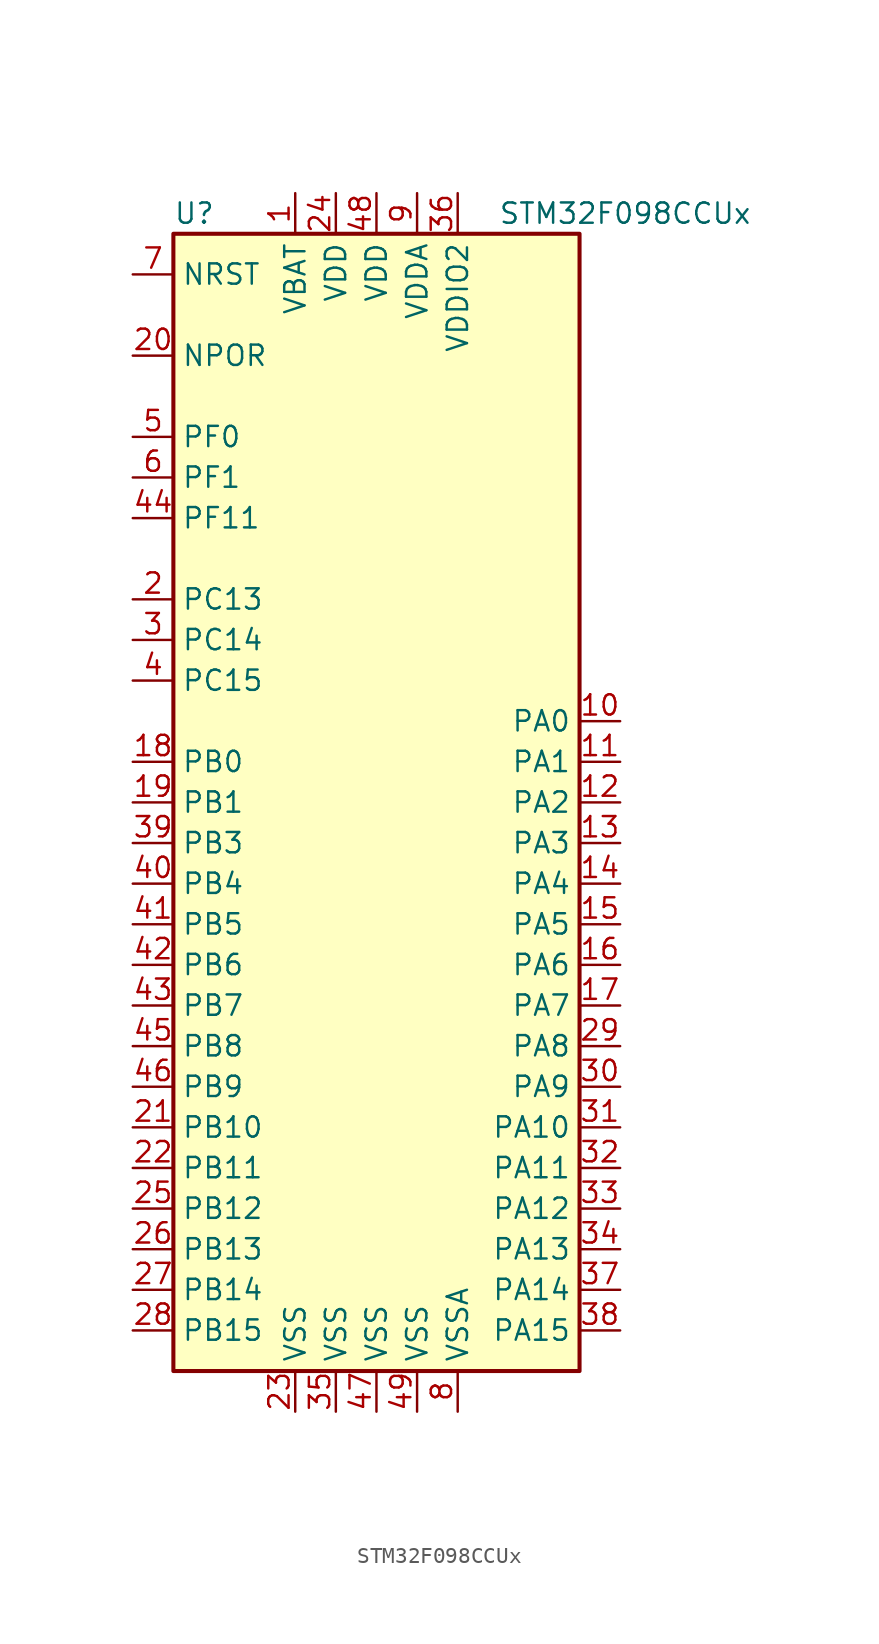
<source format=kicad_sym>
(kicad_symbol_lib
  (version 20201005)
  (generator kicad_symbol_editor)
  (symbol "STM32F098CCUx"
    (property "Reference" "U"
      (at -12.7 36.83 0)
      (effects (font (size 1.27 1.27)) (justify left)))
    (property "Value" "STM32F098CCUx"
      (at 7.62 36.83 0)
      (effects (font (size 1.27 1.27)) (justify left)))
    (symbol "STM32F098CCUx_0_1"
      (rectangle (start -12.7 -35.56) (end 12.7 35.56) (stroke (width 0.254)) (fill (type background))))
    (symbol "STM32F098CCUx_1_1"
      (pin power_in line (at -5.08 38.1 270) (length 2.54) (name "VBAT" (effects (font (size 1.27 1.27)))) (number "1" (effects (font (size 1.27 1.27)))))
      (pin bidirectional line (at 15.24 5.08 180) (length 2.54) (name "PA0" (effects (font (size 1.27 1.27)))) (number "10" (effects (font (size 1.27 1.27)))))
      (pin bidirectional line (at 15.24 2.54 180) (length 2.54) (name "PA1" (effects (font (size 1.27 1.27)))) (number "11" (effects (font (size 1.27 1.27)))))
      (pin bidirectional line (at 15.24 0 180) (length 2.54) (name "PA2" (effects (font (size 1.27 1.27)))) (number "12" (effects (font (size 1.27 1.27)))))
      (pin bidirectional line (at 15.24 -2.54 180) (length 2.54) (name "PA3" (effects (font (size 1.27 1.27)))) (number "13" (effects (font (size 1.27 1.27)))))
      (pin bidirectional line (at 15.24 -5.08 180) (length 2.54) (name "PA4" (effects (font (size 1.27 1.27)))) (number "14" (effects (font (size 1.27 1.27)))))
      (pin bidirectional line (at 15.24 -7.62 180) (length 2.54) (name "PA5" (effects (font (size 1.27 1.27)))) (number "15" (effects (font (size 1.27 1.27)))))
      (pin bidirectional line (at 15.24 -10.16 180) (length 2.54) (name "PA6" (effects (font (size 1.27 1.27)))) (number "16" (effects (font (size 1.27 1.27)))))
      (pin bidirectional line (at 15.24 -12.7 180) (length 2.54) (name "PA7" (effects (font (size 1.27 1.27)))) (number "17" (effects (font (size 1.27 1.27)))))
      (pin bidirectional line (at -15.24 2.54 0) (length 2.54) (name "PB0" (effects (font (size 1.27 1.27)))) (number "18" (effects (font (size 1.27 1.27)))))
      (pin bidirectional line (at -15.24 0 0) (length 2.54) (name "PB1" (effects (font (size 1.27 1.27)))) (number "19" (effects (font (size 1.27 1.27)))))
      (pin bidirectional line (at -15.24 12.7 0) (length 2.54) (name "PC13" (effects (font (size 1.27 1.27)))) (number "2" (effects (font (size 1.27 1.27)))))
      (pin power_in line (at -15.24 27.94 0) (length 2.54) (name "NPOR" (effects (font (size 1.27 1.27)))) (number "20" (effects (font (size 1.27 1.27)))))
      (pin bidirectional line (at -15.24 -20.32 0) (length 2.54) (name "PB10" (effects (font (size 1.27 1.27)))) (number "21" (effects (font (size 1.27 1.27)))))
      (pin bidirectional line (at -15.24 -22.86 0) (length 2.54) (name "PB11" (effects (font (size 1.27 1.27)))) (number "22" (effects (font (size 1.27 1.27)))))
      (pin power_in line (at -5.08 -38.1 90) (length 2.54) (name "VSS" (effects (font (size 1.27 1.27)))) (number "23" (effects (font (size 1.27 1.27)))))
      (pin power_in line (at -2.54 38.1 270) (length 2.54) (name "VDD" (effects (font (size 1.27 1.27)))) (number "24" (effects (font (size 1.27 1.27)))))
      (pin bidirectional line (at -15.24 -25.4 0) (length 2.54) (name "PB12" (effects (font (size 1.27 1.27)))) (number "25" (effects (font (size 1.27 1.27)))))
      (pin bidirectional line (at -15.24 -27.94 0) (length 2.54) (name "PB13" (effects (font (size 1.27 1.27)))) (number "26" (effects (font (size 1.27 1.27)))))
      (pin bidirectional line (at -15.24 -30.48 0) (length 2.54) (name "PB14" (effects (font (size 1.27 1.27)))) (number "27" (effects (font (size 1.27 1.27)))))
      (pin bidirectional line (at -15.24 -33.02 0) (length 2.54) (name "PB15" (effects (font (size 1.27 1.27)))) (number "28" (effects (font (size 1.27 1.27)))))
      (pin bidirectional line (at 15.24 -15.24 180) (length 2.54) (name "PA8" (effects (font (size 1.27 1.27)))) (number "29" (effects (font (size 1.27 1.27)))))
      (pin bidirectional line (at -15.24 10.16 0) (length 2.54) (name "PC14" (effects (font (size 1.27 1.27)))) (number "3" (effects (font (size 1.27 1.27)))))
      (pin bidirectional line (at 15.24 -17.78 180) (length 2.54) (name "PA9" (effects (font (size 1.27 1.27)))) (number "30" (effects (font (size 1.27 1.27)))))
      (pin bidirectional line (at 15.24 -20.32 180) (length 2.54) (name "PA10" (effects (font (size 1.27 1.27)))) (number "31" (effects (font (size 1.27 1.27)))))
      (pin bidirectional line (at 15.24 -22.86 180) (length 2.54) (name "PA11" (effects (font (size 1.27 1.27)))) (number "32" (effects (font (size 1.27 1.27)))))
      (pin bidirectional line (at 15.24 -25.4 180) (length 2.54) (name "PA12" (effects (font (size 1.27 1.27)))) (number "33" (effects (font (size 1.27 1.27)))))
      (pin bidirectional line (at 15.24 -27.94 180) (length 2.54) (name "PA13" (effects (font (size 1.27 1.27)))) (number "34" (effects (font (size 1.27 1.27)))))
      (pin power_in line (at -2.54 -38.1 90) (length 2.54) (name "VSS" (effects (font (size 1.27 1.27)))) (number "35" (effects (font (size 1.27 1.27)))))
      (pin power_in line (at 5.08 38.1 270) (length 2.54) (name "VDDIO2" (effects (font (size 1.27 1.27)))) (number "36" (effects (font (size 1.27 1.27)))))
      (pin bidirectional line (at 15.24 -30.48 180) (length 2.54) (name "PA14" (effects (font (size 1.27 1.27)))) (number "37" (effects (font (size 1.27 1.27)))))
      (pin bidirectional line (at 15.24 -33.02 180) (length 2.54) (name "PA15" (effects (font (size 1.27 1.27)))) (number "38" (effects (font (size 1.27 1.27)))))
      (pin bidirectional line (at -15.24 -2.54 0) (length 2.54) (name "PB3" (effects (font (size 1.27 1.27)))) (number "39" (effects (font (size 1.27 1.27)))))
      (pin bidirectional line (at -15.24 7.62 0) (length 2.54) (name "PC15" (effects (font (size 1.27 1.27)))) (number "4" (effects (font (size 1.27 1.27)))))
      (pin bidirectional line (at -15.24 -5.08 0) (length 2.54) (name "PB4" (effects (font (size 1.27 1.27)))) (number "40" (effects (font (size 1.27 1.27)))))
      (pin bidirectional line (at -15.24 -7.62 0) (length 2.54) (name "PB5" (effects (font (size 1.27 1.27)))) (number "41" (effects (font (size 1.27 1.27)))))
      (pin bidirectional line (at -15.24 -10.16 0) (length 2.54) (name "PB6" (effects (font (size 1.27 1.27)))) (number "42" (effects (font (size 1.27 1.27)))))
      (pin bidirectional line (at -15.24 -12.7 0) (length 2.54) (name "PB7" (effects (font (size 1.27 1.27)))) (number "43" (effects (font (size 1.27 1.27)))))
      (pin bidirectional line (at -15.24 17.78 0) (length 2.54) (name "PF11" (effects (font (size 1.27 1.27)))) (number "44" (effects (font (size 1.27 1.27)))))
      (pin bidirectional line (at -15.24 -15.24 0) (length 2.54) (name "PB8" (effects (font (size 1.27 1.27)))) (number "45" (effects (font (size 1.27 1.27)))))
      (pin bidirectional line (at -15.24 -17.78 0) (length 2.54) (name "PB9" (effects (font (size 1.27 1.27)))) (number "46" (effects (font (size 1.27 1.27)))))
      (pin power_in line (at 0 -38.1 90) (length 2.54) (name "VSS" (effects (font (size 1.27 1.27)))) (number "47" (effects (font (size 1.27 1.27)))))
      (pin power_in line (at 0 38.1 270) (length 2.54) (name "VDD" (effects (font (size 1.27 1.27)))) (number "48" (effects (font (size 1.27 1.27)))))
      (pin power_in line (at 2.54 -38.1 90) (length 2.54) (name "VSS" (effects (font (size 1.27 1.27)))) (number "49" (effects (font (size 1.27 1.27)))))
      (pin input line (at -15.24 22.86 0) (length 2.54) (name "PF0" (effects (font (size 1.27 1.27)))) (number "5" (effects (font (size 1.27 1.27)))))
      (pin input line (at -15.24 20.32 0) (length 2.54) (name "PF1" (effects (font (size 1.27 1.27)))) (number "6" (effects (font (size 1.27 1.27)))))
      (pin input line (at -15.24 33.02 0) (length 2.54) (name "NRST" (effects (font (size 1.27 1.27)))) (number "7" (effects (font (size 1.27 1.27)))))
      (pin power_in line (at 5.08 -38.1 90) (length 2.54) (name "VSSA" (effects (font (size 1.27 1.27)))) (number "8" (effects (font (size 1.27 1.27)))))
      (pin power_in line (at 2.54 38.1 270) (length 2.54) (name "VDDA" (effects (font (size 1.27 1.27)))) (number "9" (effects (font (size 1.27 1.27))))))))
</source>
